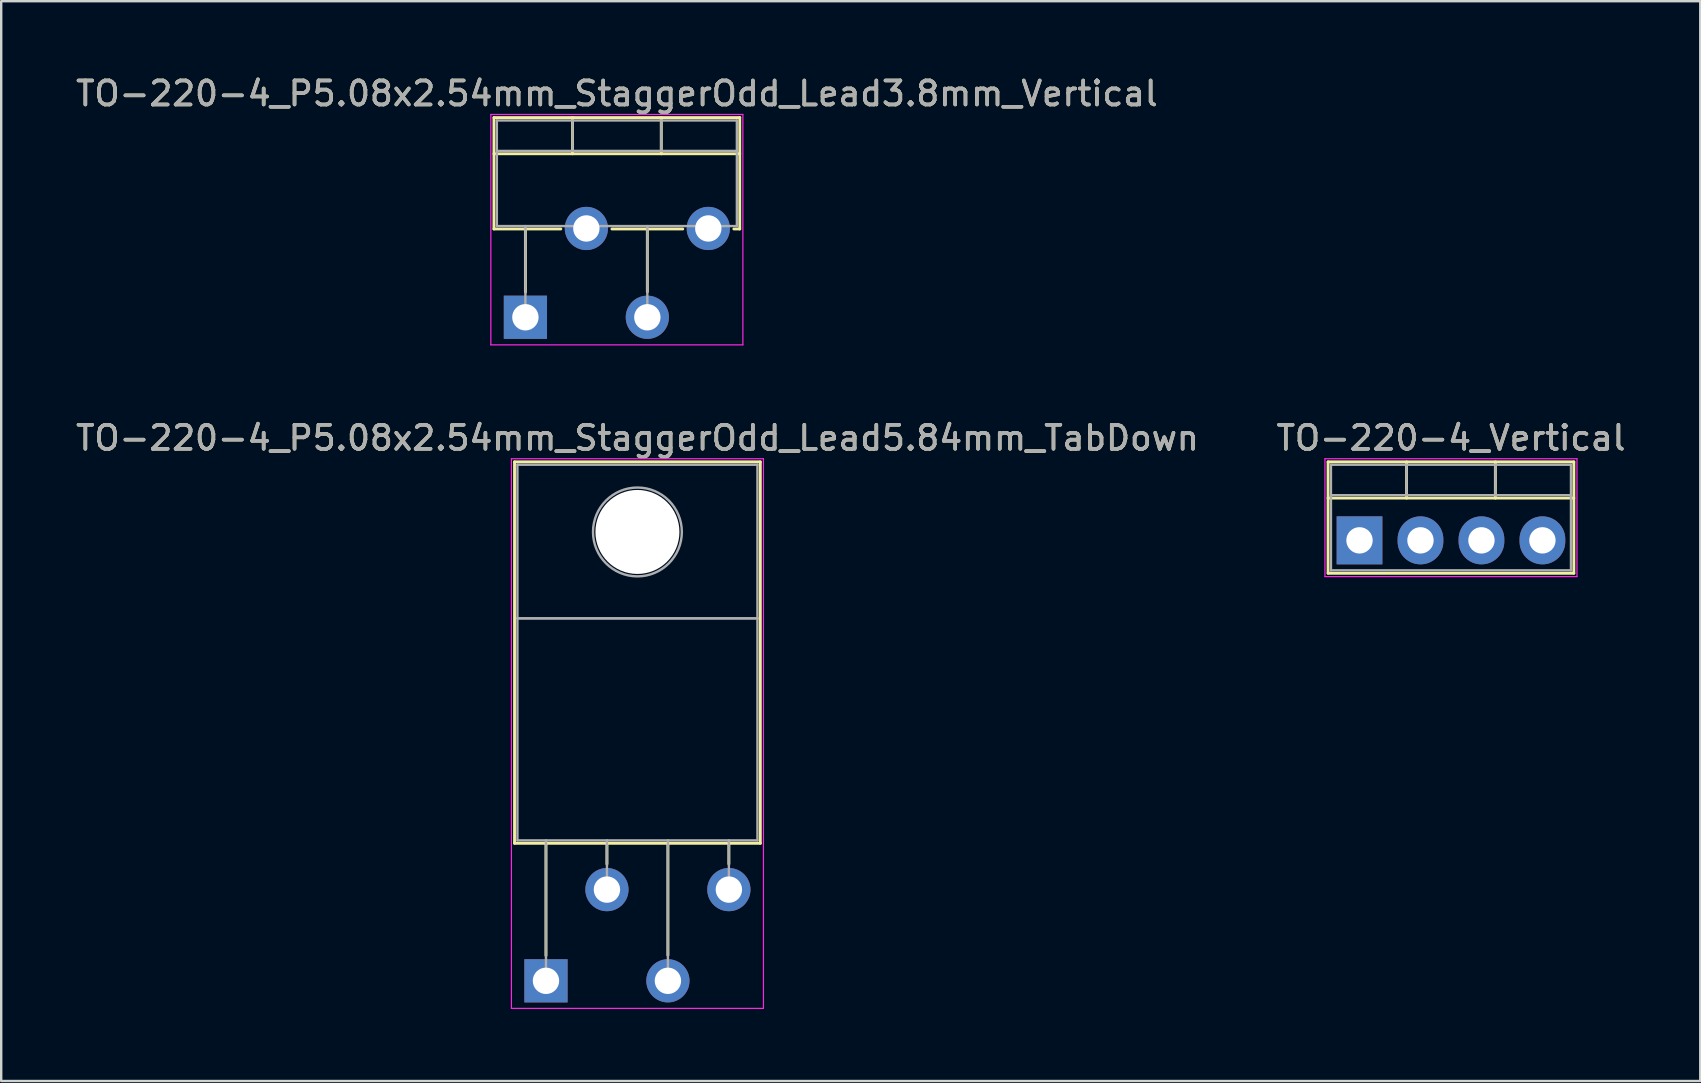
<source format=kicad_pcb>
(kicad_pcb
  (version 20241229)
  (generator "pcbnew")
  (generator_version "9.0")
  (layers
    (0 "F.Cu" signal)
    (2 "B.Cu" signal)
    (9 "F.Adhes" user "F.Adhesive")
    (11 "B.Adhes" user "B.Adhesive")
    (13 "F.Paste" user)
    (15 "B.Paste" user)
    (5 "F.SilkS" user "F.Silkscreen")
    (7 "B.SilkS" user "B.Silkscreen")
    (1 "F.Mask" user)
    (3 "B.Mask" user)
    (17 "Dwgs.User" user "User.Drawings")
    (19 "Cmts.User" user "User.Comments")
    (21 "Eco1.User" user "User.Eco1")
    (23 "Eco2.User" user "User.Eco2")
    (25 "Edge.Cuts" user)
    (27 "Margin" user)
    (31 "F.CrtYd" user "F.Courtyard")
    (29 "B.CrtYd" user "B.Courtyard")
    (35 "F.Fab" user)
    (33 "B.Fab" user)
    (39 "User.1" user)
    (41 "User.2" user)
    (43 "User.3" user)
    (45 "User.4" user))
  (footprint "TO-220-4_P5.08x2.54mm_StaggerOdd_Lead5.84mm_TabDown"
    (layer "F.Cu")
    (at 19.696 37.812)
    (property "Reference" "TO-220-4_P5.08x2.54mm_StaggerOdd_Lead5.84mm_TabDown" (at 3.81 -22.62 0) (layer "F.SilkS") (effects (font (size 1 1) (thickness 0.15))))
    (attr through_hole)
    (fp_line (start -1.31 -21.62) (end -1.31 -5.73) (stroke (width 0.12) (type solid)) (layer "F.SilkS"))
    (fp_line (start -1.31 -21.62) (end 8.93 -21.62) (stroke (width 0.12) (type solid)) (layer "F.SilkS"))
    (fp_line (start -1.31 -5.73) (end 8.93 -5.73) (stroke (width 0.12) (type solid)) (layer "F.SilkS"))
    (fp_line (start 0 -5.73) (end 0 -1.05) (stroke (width 0.12) (type solid)) (layer "F.SilkS"))
    (fp_line (start 2.54 -5.73) (end 2.54 -4.866) (stroke (width 0.12) (type solid)) (layer "F.SilkS"))
    (fp_line (start 5.08 -5.73) (end 5.08 -1.065) (stroke (width 0.12) (type solid)) (layer "F.SilkS"))
    (fp_line (start 7.62 -5.73) (end 7.62 -4.866) (stroke (width 0.12) (type solid)) (layer "F.SilkS"))
    (fp_line (start 8.93 -21.62) (end 8.93 -5.73) (stroke (width 0.12) (type solid)) (layer "F.SilkS"))
    (fp_line (start -1.44 -21.75) (end -1.44 1.15) (stroke (width 0.05) (type solid)) (layer "F.CrtYd"))
    (fp_line (start -1.44 1.15) (end 9.06 1.15) (stroke (width 0.05) (type solid)) (layer "F.CrtYd"))
    (fp_line (start 9.06 -21.75) (end -1.44 -21.75) (stroke (width 0.05) (type solid)) (layer "F.CrtYd"))
    (fp_line (start 9.06 1.15) (end 9.06 -21.75) (stroke (width 0.05) (type solid)) (layer "F.CrtYd"))
    (fp_line (start -1.19 -21.5) (end 8.81 -21.5) (stroke (width 0.1) (type solid)) (layer "F.Fab"))
    (fp_line (start -1.19 -15.1) (end -1.19 -21.5) (stroke (width 0.1) (type solid)) (layer "F.Fab"))
    (fp_line (start -1.19 -15.1) (end 8.81 -15.1) (stroke (width 0.1) (type solid)) (layer "F.Fab"))
    (fp_line (start -1.19 -5.85) (end -1.19 -15.1) (stroke (width 0.1) (type solid)) (layer "F.Fab"))
    (fp_line (start 0 -5.85) (end 0 0) (stroke (width 0.1) (type solid)) (layer "F.Fab"))
    (fp_line (start 2.54 -5.85) (end 2.54 -3.8) (stroke (width 0.1) (type solid)) (layer "F.Fab"))
    (fp_line (start 5.08 -5.85) (end 5.08 0) (stroke (width 0.1) (type solid)) (layer "F.Fab"))
    (fp_line (start 7.62 -5.85) (end 7.62 -3.8) (stroke (width 0.1) (type solid)) (layer "F.Fab"))
    (fp_line (start 8.81 -21.5) (end 8.81 -15.1) (stroke (width 0.1) (type solid)) (layer "F.Fab"))
    (fp_line (start 8.81 -15.1) (end -1.19 -15.1) (stroke (width 0.1) (type solid)) (layer "F.Fab"))
    (fp_line (start 8.81 -15.1) (end 8.81 -5.85) (stroke (width 0.1) (type solid)) (layer "F.Fab"))
    (fp_line (start 8.81 -5.85) (end -1.19 -5.85) (stroke (width 0.1) (type solid)) (layer "F.Fab"))
    (fp_circle (center 3.81 -18.7) (end 5.66 -18.7) (stroke (width 0.1) (type solid)) (fill no) (layer "F.Fab"))
    (fp_text user "${REFERENCE}" (at 3.81 -22.62 0) (layer "F.Fab") (effects (font (size 1 1) (thickness 0.15))))
    (pad "" np_thru_hole oval (at 3.81 -18.7) (size 3.5 3.5) (drill 3.5) (layers "*.Cu" "*.Mask"))
    (pad "1" thru_hole rect (at 0 0) (size 1.8 1.8) (drill 1.1) (layers "*.Cu" "*.Mask"))
    (pad "2" thru_hole oval (at 2.54 -3.8) (size 1.8 1.8) (drill 1.1) (layers "*.Cu" "*.Mask"))
    (pad "3" thru_hole oval (at 5.08 0) (size 1.8 1.8) (drill 1.1) (layers "*.Cu" "*.Mask"))
    (pad "4" thru_hole oval (at 7.62 -3.8) (size 1.8 1.8) (drill 1.1) (layers "*.Cu" "*.Mask")))
  (footprint "TO-220-4_Vertical"
    (layer "F.Cu")
    (at 53.589 19.462)
    (property "Reference" "TO-220-4_Vertical" (at 3.81 -4.27 0) (layer "F.SilkS") (effects (font (size 1 1) (thickness 0.15))))
    (attr through_hole)
    (fp_line (start -1.31 -3.27) (end -1.31 1.371) (stroke (width 0.12) (type solid)) (layer "F.SilkS"))
    (fp_line (start -1.31 -3.27) (end 8.93 -3.27) (stroke (width 0.12) (type solid)) (layer "F.SilkS"))
    (fp_line (start -1.31 -1.76) (end 8.93 -1.76) (stroke (width 0.12) (type solid)) (layer "F.SilkS"))
    (fp_line (start -1.31 1.371) (end 8.93 1.371) (stroke (width 0.12) (type solid)) (layer "F.SilkS"))
    (fp_line (start 1.96 -3.27) (end 1.96 -1.76) (stroke (width 0.12) (type solid)) (layer "F.SilkS"))
    (fp_line (start 5.66 -3.27) (end 5.66 -1.76) (stroke (width 0.12) (type solid)) (layer "F.SilkS"))
    (fp_line (start 8.93 -3.27) (end 8.93 1.371) (stroke (width 0.12) (type solid)) (layer "F.SilkS"))
    (fp_line (start -1.44 -3.4) (end -1.44 1.51) (stroke (width 0.05) (type solid)) (layer "F.CrtYd"))
    (fp_line (start -1.44 1.51) (end 9.06 1.51) (stroke (width 0.05) (type solid)) (layer "F.CrtYd"))
    (fp_line (start 9.06 -3.4) (end -1.44 -3.4) (stroke (width 0.05) (type solid)) (layer "F.CrtYd"))
    (fp_line (start 9.06 1.51) (end 9.06 -3.4) (stroke (width 0.05) (type solid)) (layer "F.CrtYd"))
    (fp_line (start -1.19 -3.15) (end -1.19 1.25) (stroke (width 0.1) (type solid)) (layer "F.Fab"))
    (fp_line (start -1.19 -1.88) (end 8.81 -1.88) (stroke (width 0.1) (type solid)) (layer "F.Fab"))
    (fp_line (start -1.19 1.25) (end 8.81 1.25) (stroke (width 0.1) (type solid)) (layer "F.Fab"))
    (fp_line (start 1.96 -3.15) (end 1.96 -1.88) (stroke (width 0.1) (type solid)) (layer "F.Fab"))
    (fp_line (start 5.66 -3.15) (end 5.66 -1.88) (stroke (width 0.1) (type solid)) (layer "F.Fab"))
    (fp_line (start 8.81 -3.15) (end -1.19 -3.15) (stroke (width 0.1) (type solid)) (layer "F.Fab"))
    (fp_line (start 8.81 1.25) (end 8.81 -3.15) (stroke (width 0.1) (type solid)) (layer "F.Fab"))
    (fp_text user "${REFERENCE}" (at 3.81 -4.27 0) (layer "F.Fab") (effects (font (size 1 1) (thickness 0.15))))
    (pad "1" thru_hole rect (at 0 0) (size 1.905 2) (drill 1.1) (layers "*.Cu" "*.Mask"))
    (pad "2" thru_hole oval (at 2.54 0) (size 1.905 2) (drill 1.1) (layers "*.Cu" "*.Mask"))
    (pad "3" thru_hole oval (at 5.08 0) (size 1.905 2) (drill 1.1) (layers "*.Cu" "*.Mask"))
    (pad "4" thru_hole oval (at 7.62 0) (size 1.905 2) (drill 1.1) (layers "*.Cu" "*.Mask")))
  (footprint "TO-220-4_P5.08x2.54mm_StaggerOdd_Lead3.8mm_Vertical"
    (layer "F.Cu")
    (at 18.839 10.168)
    (property "Reference" "TO-220-4_P5.08x2.54mm_StaggerOdd_Lead3.8mm_Vertical" (at 3.81 -9.32 0) (layer "F.SilkS") (effects (font (size 1 1) (thickness 0.15))))
    (attr through_hole)
    (fp_line (start -1.31 -8.32) (end -1.31 -3.679) (stroke (width 0.12) (type solid)) (layer "F.SilkS"))
    (fp_line (start -1.31 -8.32) (end 8.93 -8.32) (stroke (width 0.12) (type solid)) (layer "F.SilkS"))
    (fp_line (start -1.31 -6.811) (end 8.93 -6.811) (stroke (width 0.12) (type solid)) (layer "F.SilkS"))
    (fp_line (start -1.31 -3.679) (end 1.475 -3.679) (stroke (width 0.12) (type solid)) (layer "F.SilkS"))
    (fp_line (start 0 -3.679) (end 0 -1.049) (stroke (width 0.12) (type solid)) (layer "F.SilkS"))
    (fp_line (start 1.96 -8.32) (end 1.96 -6.811) (stroke (width 0.12) (type solid)) (layer "F.SilkS"))
    (fp_line (start 3.605 -3.679) (end 6.556 -3.679) (stroke (width 0.12) (type solid)) (layer "F.SilkS"))
    (fp_line (start 5.08 -3.679) (end 5.08 -1.065) (stroke (width 0.12) (type solid)) (layer "F.SilkS"))
    (fp_line (start 5.66 -8.32) (end 5.66 -6.811) (stroke (width 0.12) (type solid)) (layer "F.SilkS"))
    (fp_line (start 8.685 -3.679) (end 8.93 -3.679) (stroke (width 0.12) (type solid)) (layer "F.SilkS"))
    (fp_line (start 8.93 -8.32) (end 8.93 -3.679) (stroke (width 0.12) (type solid)) (layer "F.SilkS"))
    (fp_line (start -1.44 -8.45) (end -1.44 1.15) (stroke (width 0.05) (type solid)) (layer "F.CrtYd"))
    (fp_line (start -1.44 1.15) (end 9.06 1.15) (stroke (width 0.05) (type solid)) (layer "F.CrtYd"))
    (fp_line (start 9.06 -8.45) (end -1.44 -8.45) (stroke (width 0.05) (type solid)) (layer "F.CrtYd"))
    (fp_line (start 9.06 1.15) (end 9.06 -8.45) (stroke (width 0.05) (type solid)) (layer "F.CrtYd"))
    (fp_line (start -1.19 -8.2) (end -1.19 -3.8) (stroke (width 0.1) (type solid)) (layer "F.Fab"))
    (fp_line (start -1.19 -6.93) (end 8.81 -6.93) (stroke (width 0.1) (type solid)) (layer "F.Fab"))
    (fp_line (start -1.19 -3.8) (end 8.81 -3.8) (stroke (width 0.1) (type solid)) (layer "F.Fab"))
    (fp_line (start 0 -3.8) (end 0 0) (stroke (width 0.1) (type solid)) (layer "F.Fab"))
    (fp_line (start 1.96 -8.2) (end 1.96 -6.93) (stroke (width 0.1) (type solid)) (layer "F.Fab"))
    (fp_line (start 2.54 -3.8) (end 2.54 -3.7) (stroke (width 0.1) (type solid)) (layer "F.Fab"))
    (fp_line (start 5.08 -3.8) (end 5.08 0) (stroke (width 0.1) (type solid)) (layer "F.Fab"))
    (fp_line (start 5.66 -8.2) (end 5.66 -6.93) (stroke (width 0.1) (type solid)) (layer "F.Fab"))
    (fp_line (start 7.62 -3.8) (end 7.62 -3.7) (stroke (width 0.1) (type solid)) (layer "F.Fab"))
    (fp_line (start 8.81 -8.2) (end -1.19 -8.2) (stroke (width 0.1) (type solid)) (layer "F.Fab"))
    (fp_line (start 8.81 -3.8) (end 8.81 -8.2) (stroke (width 0.1) (type solid)) (layer "F.Fab"))
    (fp_text user "${REFERENCE}" (at 3.81 -9.32 0) (layer "F.Fab") (effects (font (size 1 1) (thickness 0.15))))
    (pad "1" thru_hole rect (at 0 0) (size 1.8 1.8) (drill 1.1) (layers "*.Cu" "*.Mask"))
    (pad "2" thru_hole oval (at 2.54 -3.7) (size 1.8 1.8) (drill 1.1) (layers "*.Cu" "*.Mask"))
    (pad "3" thru_hole oval (at 5.08 0) (size 1.8 1.8) (drill 1.1) (layers "*.Cu" "*.Mask"))
    (pad "4" thru_hole oval (at 7.62 -3.7) (size 1.8 1.8) (drill 1.1) (layers "*.Cu" "*.Mask")))
  (gr_rect
    (start -3 -3)
    (end 67.786 41.986)
    (stroke (width 0.1) (type default))
    (fill no)
    (layer "Edge.Cuts")))
</source>
